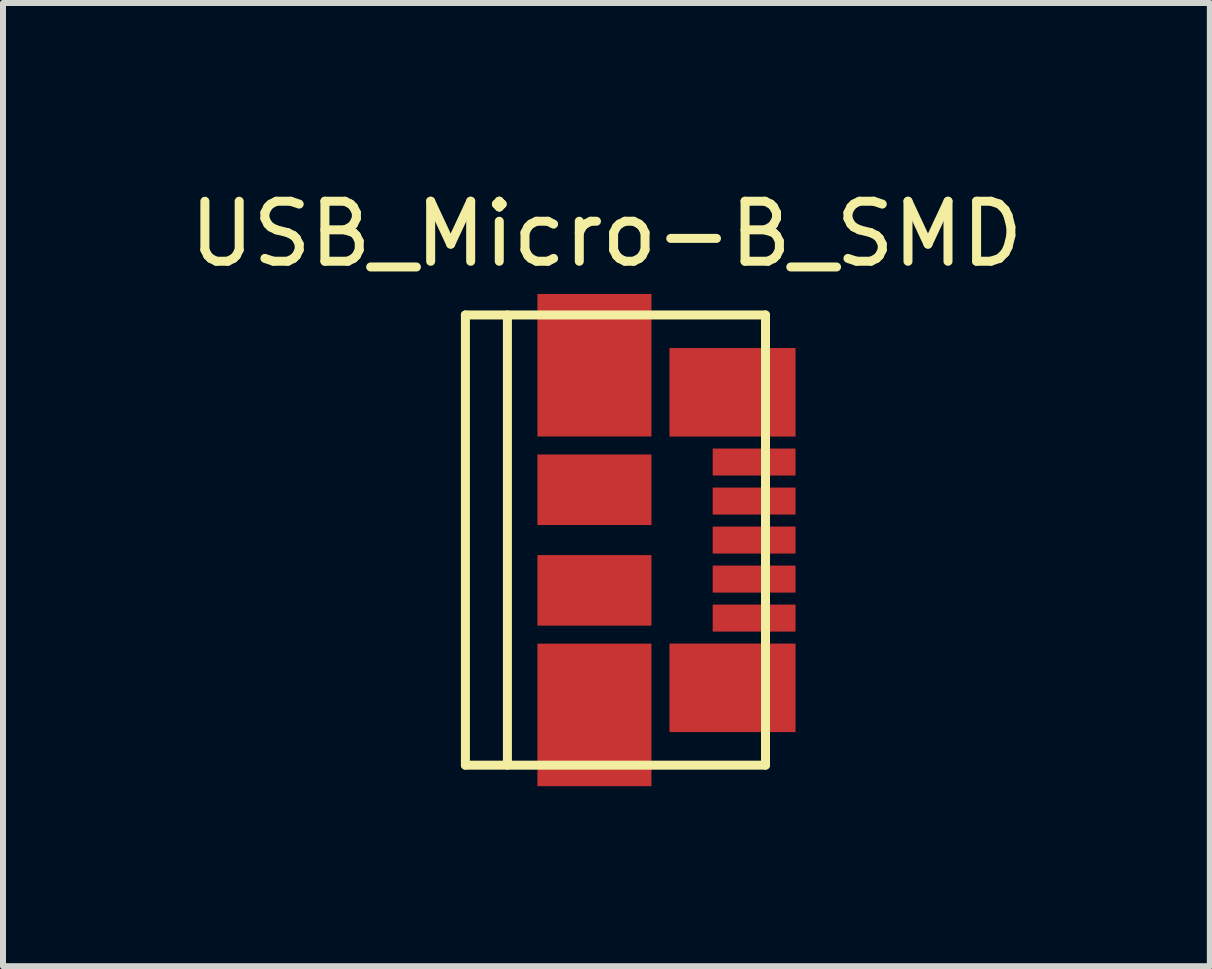
<source format=kicad_pcb>
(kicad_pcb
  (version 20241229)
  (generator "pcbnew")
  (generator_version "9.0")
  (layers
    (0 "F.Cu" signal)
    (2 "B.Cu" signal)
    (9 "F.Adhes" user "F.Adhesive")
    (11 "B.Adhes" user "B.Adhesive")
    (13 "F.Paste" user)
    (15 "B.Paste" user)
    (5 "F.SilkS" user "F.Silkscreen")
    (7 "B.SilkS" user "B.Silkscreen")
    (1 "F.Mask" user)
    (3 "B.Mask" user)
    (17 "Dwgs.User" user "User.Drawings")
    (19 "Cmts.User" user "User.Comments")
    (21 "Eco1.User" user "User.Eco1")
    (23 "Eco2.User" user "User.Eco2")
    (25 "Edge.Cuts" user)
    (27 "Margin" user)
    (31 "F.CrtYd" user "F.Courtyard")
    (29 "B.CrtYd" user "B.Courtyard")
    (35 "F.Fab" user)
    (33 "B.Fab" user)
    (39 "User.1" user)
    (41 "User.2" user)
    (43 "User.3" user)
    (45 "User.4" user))
  (footprint "USB_Micro-B_SMD"
    (layer "F.Cu")
    (at 6.854 5.948)
    (property "Reference" "USB_Micro-B_SMD" (at 0.2 -5.1 0) (layer "F.SilkS") (effects (font (size 1 1) (thickness 0.15))))
    (attr through_hole)
    (fp_line (start -2.15 -3.75) (end -2.15 3.75) (stroke (width 0.15) (type solid)) (layer "F.SilkS"))
    (fp_line (start -2.15 -3.75) (end 2.85 -3.75) (stroke (width 0.15) (type solid)) (layer "F.SilkS"))
    (fp_line (start -2.15 3.75) (end 2.85 3.75) (stroke (width 0.15) (type solid)) (layer "F.SilkS"))
    (fp_line (start -1.45 -3.75) (end -1.45 3.75) (stroke (width 0.15) (type solid)) (layer "F.SilkS"))
    (fp_line (start 2.85 -3.75) (end 2.85 3.75) (stroke (width 0.15) (type solid)) (layer "F.SilkS"))
    (pad "1" smd rect (at 2.66 -1.3) (size 1.38 0.45) (layers "F.Cu" "F.Mask" "F.Paste"))
    (pad "2" smd rect (at 2.66 -0.65) (size 1.38 0.45) (layers "F.Cu" "F.Mask" "F.Paste"))
    (pad "3" smd rect (at 2.66 0) (size 1.38 0.45) (layers "F.Cu" "F.Mask" "F.Paste"))
    (pad "4" smd rect (at 2.66 0.65) (size 1.38 0.45) (layers "F.Cu" "F.Mask" "F.Paste"))
    (pad "5" smd rect (at 2.66 1.3) (size 1.38 0.45) (layers "F.Cu" "F.Mask" "F.Paste"))
    (pad "6" smd rect (at 0 -2.913) (size 1.9 2.375) (layers "F.Cu" "F.Mask" "F.Paste"))
    (pad "6" smd rect (at 0 -0.838) (size 1.9 1.175) (layers "F.Cu" "F.Mask" "F.Paste"))
    (pad "6" smd rect (at 0 0.838) (size 1.9 1.175) (layers "F.Cu" "F.Mask" "F.Paste"))
    (pad "6" smd rect (at 0 2.913) (size 1.9 2.375) (layers "F.Cu" "F.Mask" "F.Paste"))
    (pad "6" smd rect (at 2.3 -2.462) (size 2.1 1.475) (layers "F.Cu" "F.Mask" "F.Paste"))
    (pad "6" smd rect (at 2.3 2.462) (size 2.1 1.475) (layers "F.Cu" "F.Mask" "F.Paste")))
  (gr_rect
    (start -3 -3)
    (end 17.107 13.048)
    (stroke (width 0.1) (type default))
    (fill no)
    (layer "Edge.Cuts")))
</source>
